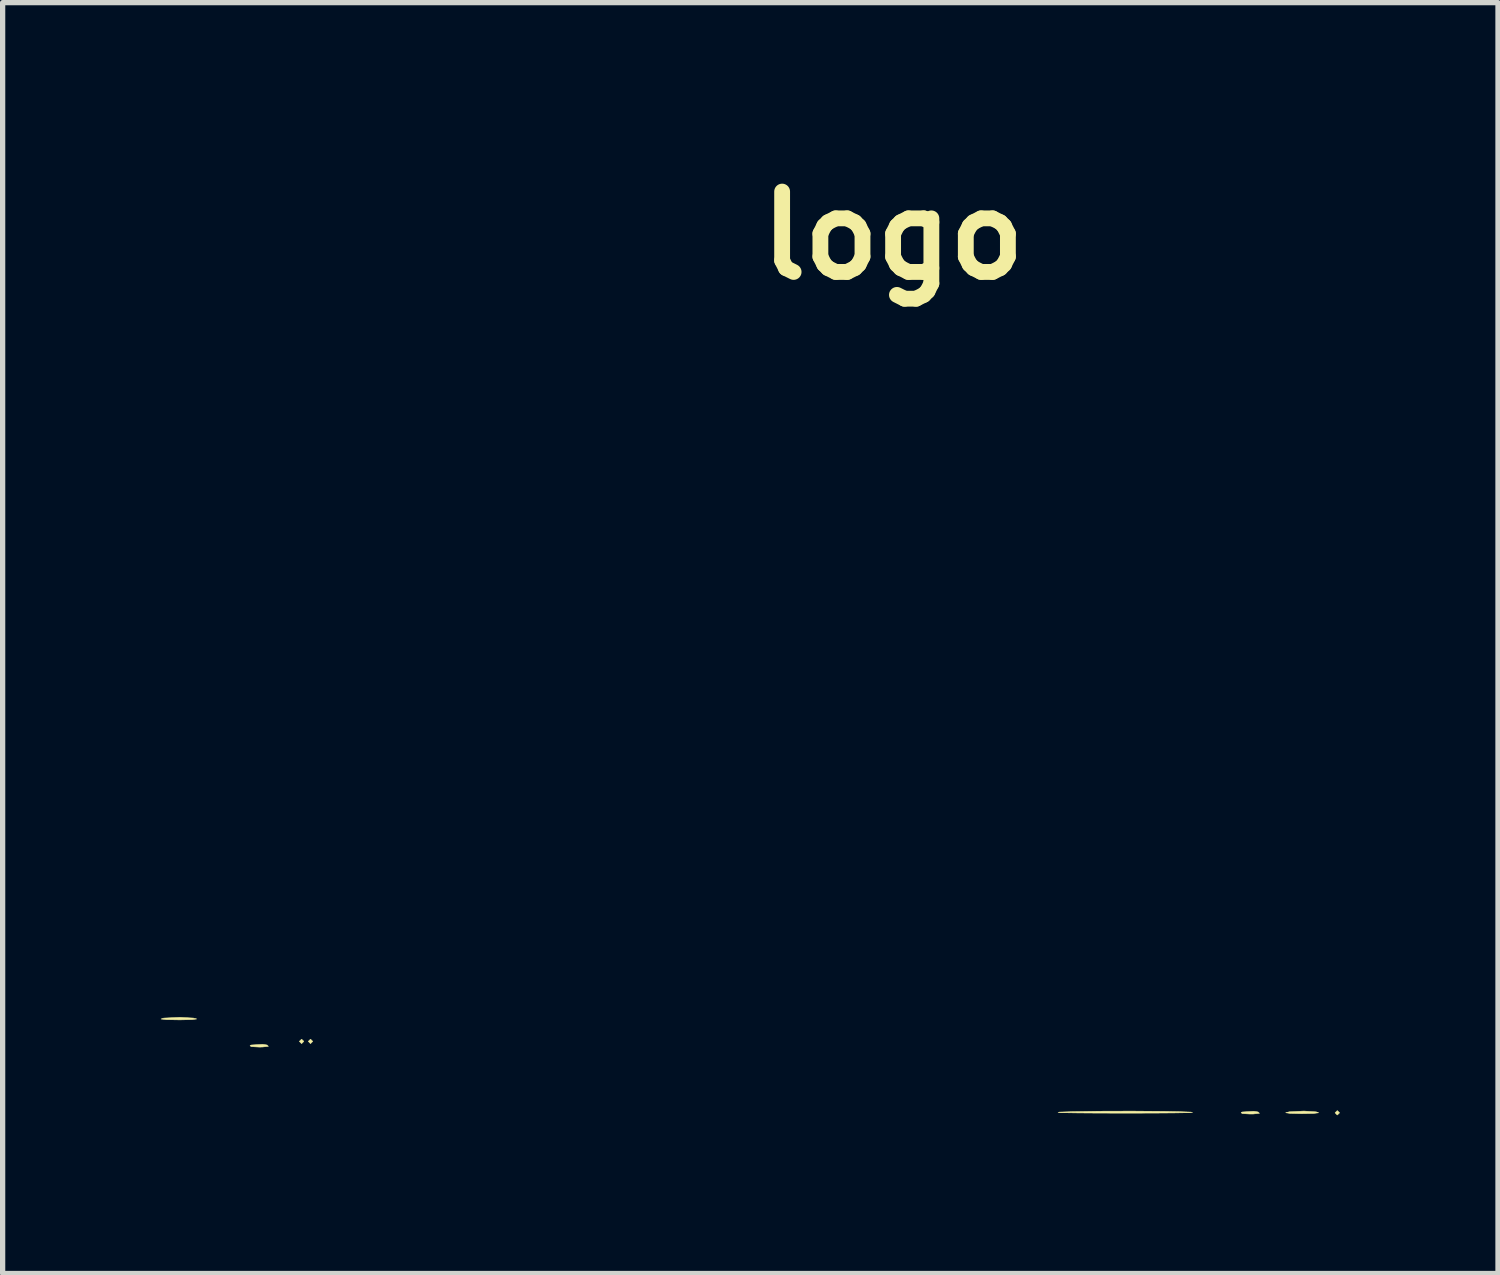
<source format=kicad_pcb>
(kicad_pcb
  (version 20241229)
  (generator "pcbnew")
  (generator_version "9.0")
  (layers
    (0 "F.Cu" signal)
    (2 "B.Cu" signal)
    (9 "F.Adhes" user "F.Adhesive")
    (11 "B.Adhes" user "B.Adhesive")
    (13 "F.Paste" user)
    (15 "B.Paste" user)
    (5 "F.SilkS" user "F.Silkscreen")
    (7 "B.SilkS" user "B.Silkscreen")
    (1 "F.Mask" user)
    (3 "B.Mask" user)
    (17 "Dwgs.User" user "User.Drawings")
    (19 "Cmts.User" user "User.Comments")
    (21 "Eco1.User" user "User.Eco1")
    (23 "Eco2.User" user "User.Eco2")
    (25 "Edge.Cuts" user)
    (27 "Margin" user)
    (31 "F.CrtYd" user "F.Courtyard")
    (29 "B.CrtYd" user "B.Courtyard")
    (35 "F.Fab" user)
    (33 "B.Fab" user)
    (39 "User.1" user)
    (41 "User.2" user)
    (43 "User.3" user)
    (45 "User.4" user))
  (footprint "logo"
    (layer "F.Cu")
    (at 13.888 1.418)
    (property "Reference" "logo" (at 0 0 0) (layer "F.SilkS") (effects (font (size 1.524 1.524) (thickness 0.3))))
    (attr through_hole)
    (fp_poly (pts (xy -11.176 15.282) (xy -11.218 15.325) (xy -11.261 15.282) (xy -11.218 15.24) (xy -11.176 15.282)) (stroke (width 0.01) (type solid)) (fill yes) (layer "F.SilkS"))
    (fp_poly (pts (xy -11.007 15.282) (xy -11.049 15.325) (xy -11.091 15.282) (xy -11.049 15.24) (xy -11.007 15.282)) (stroke (width 0.01) (type solid)) (fill yes) (layer "F.SilkS"))
    (fp_poly (pts (xy 8.467 16.637) (xy 8.424 16.679) (xy 8.382 16.637) (xy 8.424 16.595) (xy 8.467 16.637)) (stroke (width 0.01) (type solid)) (fill yes) (layer "F.SilkS"))
    (fp_poly (pts (xy -11.874 15.351) (xy -11.848 15.376) (xy -11.965 15.389) (xy -12.023 15.39) (xy -12.177 15.381) (xy -12.195 15.359) (xy -12.171 15.351) (xy -11.956 15.338) (xy -11.874 15.351)) (stroke (width 0.01) (type solid)) (fill yes) (layer "F.SilkS"))
    (fp_poly (pts (xy 6.921 16.621) (xy 6.948 16.646) (xy 6.831 16.659) (xy 6.773 16.66) (xy 6.619 16.651) (xy 6.601 16.629) (xy 6.625 16.621) (xy 6.84 16.608) (xy 6.921 16.621)) (stroke (width 0.01) (type solid)) (fill yes) (layer "F.SilkS"))
    (fp_poly (pts (xy 8.024 16.619) (xy 8.07 16.636) (xy 7.97 16.649) (xy 7.747 16.653) (xy 7.53 16.648) (xy 7.446 16.635) (xy 7.514 16.618) (xy 7.516 16.618) (xy 7.792 16.604) (xy 8.024 16.619)) (stroke (width 0.01) (type solid)) (fill yes) (layer "F.SilkS"))
    (fp_poly (pts (xy -13.271 14.84) (xy -13.208 14.857) (xy -13.294 14.869) (xy -13.512 14.874) (xy -13.547 14.874) (xy -13.779 14.87) (xy -13.883 14.858) (xy -13.838 14.842) (xy -13.822 14.84) (xy -13.525 14.826) (xy -13.271 14.84)) (stroke (width 0.01) (type solid)) (fill yes) (layer "F.SilkS"))
    (fp_poly (pts (xy 5.133 16.61) (xy 5.44 16.616) (xy 5.639 16.623) (xy 5.679 16.629) (xy 5.569 16.635) (xy 5.319 16.639) (xy 4.938 16.642) (xy 4.438 16.643) (xy 4.403 16.643) (xy 3.895 16.642) (xy 3.507 16.639) (xy 3.248 16.635) (xy 3.129 16.63) (xy 3.159 16.623) (xy 3.348 16.617) (xy 3.365 16.616) (xy 3.911 16.607) (xy 4.532 16.605) (xy 5.133 16.61)) (stroke (width 0.01) (type solid)) (fill yes) (layer "F.SilkS")))
  (gr_rect
    (start -3 -3)
    (end 25.36 21.102)
    (stroke (width 0.1) (type default))
    (fill no)
    (layer "Edge.Cuts")))
</source>
